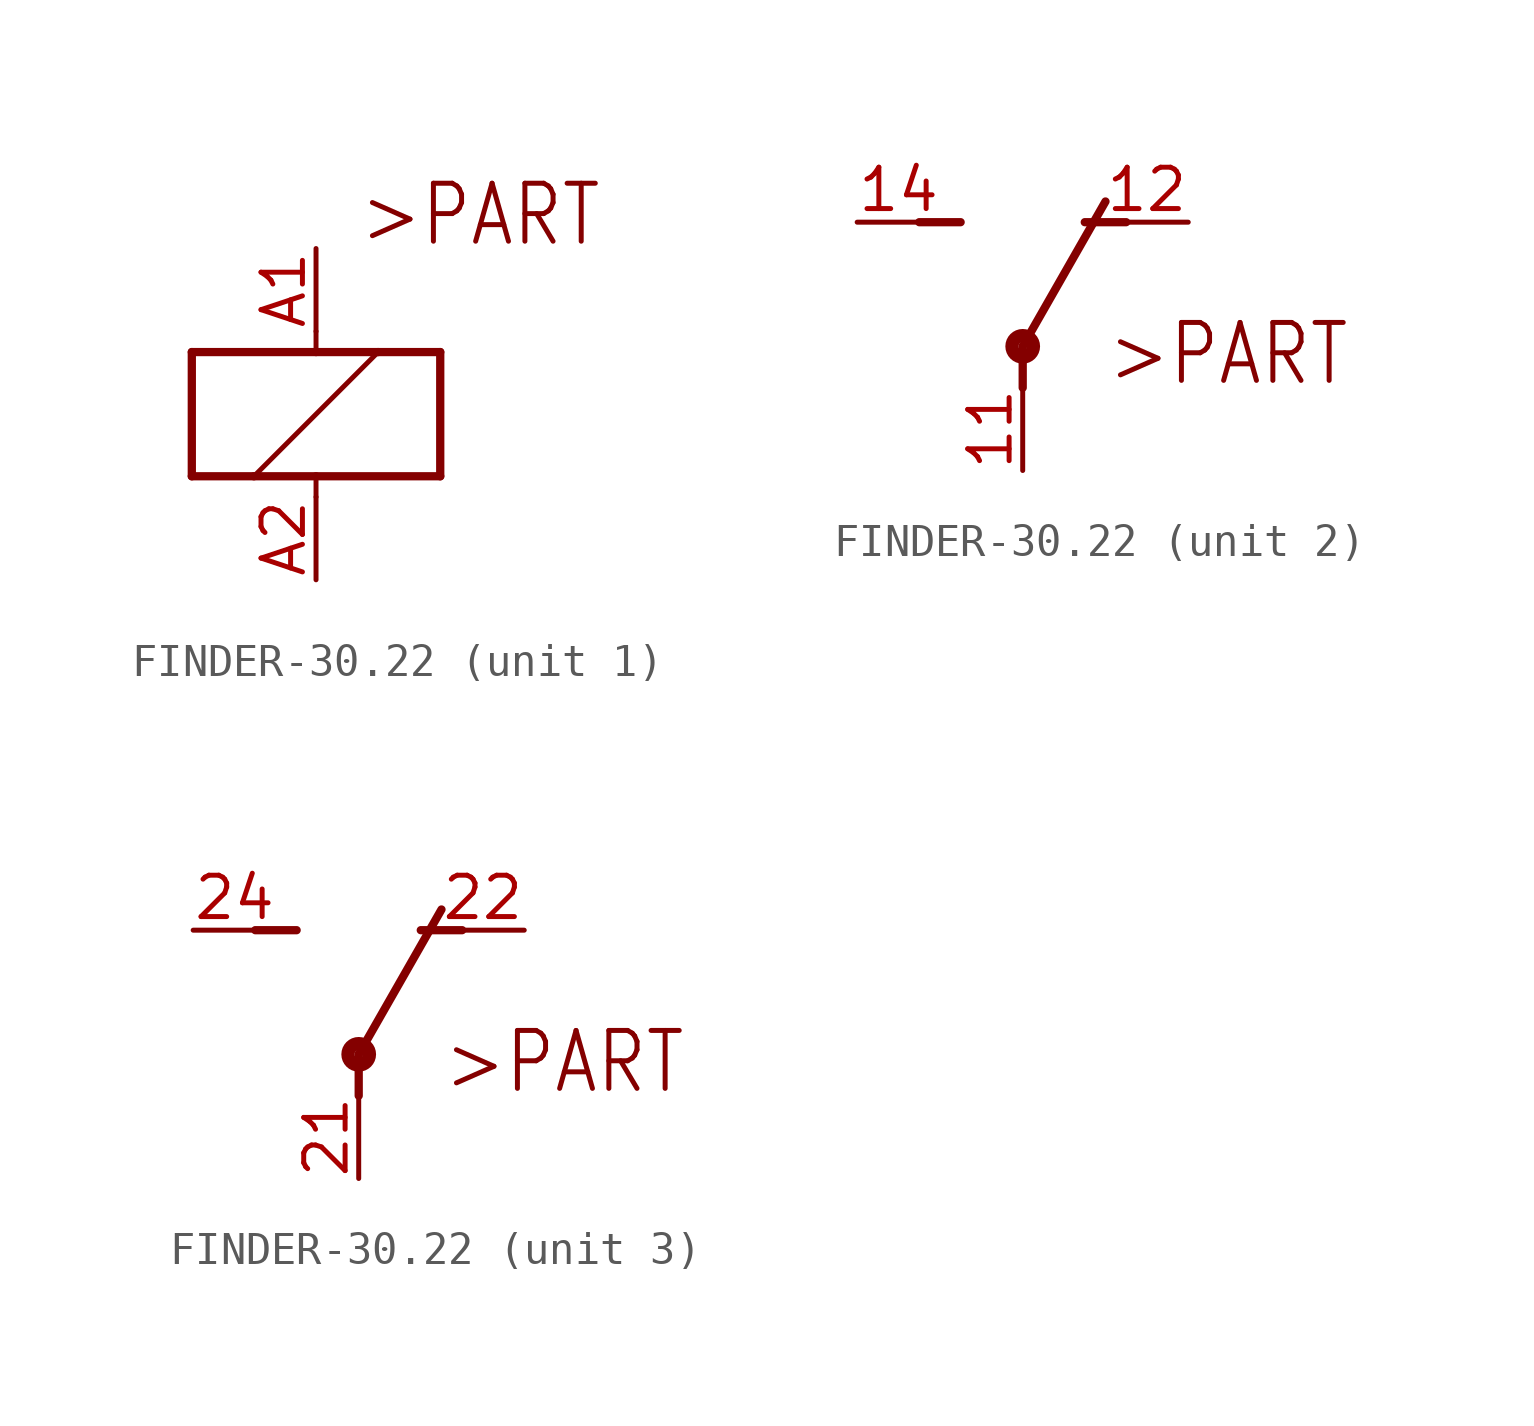
<source format=kicad_sym>
(kicad_symbol_lib
  (version 20211014)
  (generator kicad_symbol_editor)
  (symbol "FINDER-30.22"
    (property "Reference" "K"
      (at 0 0 0)
      (effects (font (size 1.27 1.27)) hide))
    (property "ki_locked" ""
      (at 0 0 0)
      (effects (font (size 1.27 1.27))))
    (symbol "FINDER-30.22_1_0"
      (polyline (pts (xy -3.81 -1.905) (xy -1.905 -1.905)) (stroke (width 0.254) (type default) (color 0 0 0 0)) (fill (type none)))
      (polyline (pts (xy -3.81 1.905) (xy -3.81 -1.905)) (stroke (width 0.254) (type default) (color 0 0 0 0)) (fill (type none)))
      (polyline (pts (xy -1.905 -1.905) (xy 0 -1.905)) (stroke (width 0.254) (type default) (color 0 0 0 0)) (fill (type none)))
      (polyline (pts (xy -1.905 -1.905) (xy 1.905 1.905)) (stroke (width 0.152) (type default) (color 0 0 0 0)) (fill (type none)))
      (polyline (pts (xy 0 -2.54) (xy 0 -1.905)) (stroke (width 0.152) (type default) (color 0 0 0 0)) (fill (type none)))
      (polyline (pts (xy 0 -1.905) (xy 3.81 -1.905)) (stroke (width 0.254) (type default) (color 0 0 0 0)) (fill (type none)))
      (polyline (pts (xy 0 1.905) (xy -3.81 1.905)) (stroke (width 0.254) (type default) (color 0 0 0 0)) (fill (type none)))
      (polyline (pts (xy 0 2.54) (xy 0 1.905)) (stroke (width 0.152) (type default) (color 0 0 0 0)) (fill (type none)))
      (polyline (pts (xy 1.905 1.905) (xy 0 1.905)) (stroke (width 0.254) (type default) (color 0 0 0 0)) (fill (type none)))
      (polyline (pts (xy 3.81 -1.905) (xy 3.81 1.905)) (stroke (width 0.254) (type default) (color 0 0 0 0)) (fill (type none)))
      (polyline (pts (xy 3.81 1.905) (xy 1.905 1.905)) (stroke (width 0.254) (type default) (color 0 0 0 0)) (fill (type none)))
      (text ">PART" (at 1.27 5.08 0) (effects (font (size 1.778 1.511)) (justify left bottom)))
      (pin passive line (at 0 5.08 270) (length 2.54) (name "1" (effects (font (size 0 0)))) (number "A1" (effects (font (size 1.27 1.27)))))
      (pin passive line (at 0 -5.08 90) (length 2.54) (name "2" (effects (font (size 0 0)))) (number "A2" (effects (font (size 1.27 1.27))))))
    (symbol "FINDER-30.22_2_0"
      (polyline (pts (xy -3.175 5.08) (xy -1.905 5.08)) (stroke (width 0.254) (type default) (color 0 0 0 0)) (fill (type none)))
      (polyline (pts (xy 0 1.27) (xy 0 0)) (stroke (width 0.254) (type default) (color 0 0 0 0)) (fill (type none)))
      (polyline (pts (xy 0 1.27) (xy 2.54 5.715)) (stroke (width 0.254) (type default) (color 0 0 0 0)) (fill (type none)))
      (polyline (pts (xy 3.175 5.08) (xy 1.905 5.08)) (stroke (width 0.254) (type default) (color 0 0 0 0)) (fill (type none)))
      (circle (center 0 1.27) (radius 0.127) (stroke (width 0.406) (type default) (color 0 0 0 0)) (fill (type none)))
      (text ">PART" (at 2.54 0 0) (effects (font (size 1.778 1.511)) (justify left bottom)))
      (pin passive line (at 0 -2.54 90) (length 2.54) (name "P" (effects (font (size 0 0)))) (number "11" (effects (font (size 1.27 1.27)))))
      (pin passive line (at 5.08 5.08 180) (length 2.54) (name "O" (effects (font (size 0 0)))) (number "12" (effects (font (size 1.27 1.27)))))
      (pin passive line (at -5.08 5.08 0) (length 2.54) (name "S" (effects (font (size 0 0)))) (number "14" (effects (font (size 1.27 1.27))))))
    (symbol "FINDER-30.22_3_0"
      (polyline (pts (xy -3.175 5.08) (xy -1.905 5.08)) (stroke (width 0.254) (type default) (color 0 0 0 0)) (fill (type none)))
      (polyline (pts (xy 0 1.27) (xy 0 0)) (stroke (width 0.254) (type default) (color 0 0 0 0)) (fill (type none)))
      (polyline (pts (xy 0 1.27) (xy 2.54 5.715)) (stroke (width 0.254) (type default) (color 0 0 0 0)) (fill (type none)))
      (polyline (pts (xy 3.175 5.08) (xy 1.905 5.08)) (stroke (width 0.254) (type default) (color 0 0 0 0)) (fill (type none)))
      (circle (center 0 1.27) (radius 0.127) (stroke (width 0.406) (type default) (color 0 0 0 0)) (fill (type none)))
      (text ">PART" (at 2.54 0 0) (effects (font (size 1.778 1.511)) (justify left bottom)))
      (pin passive line (at 0 -2.54 90) (length 2.54) (name "P" (effects (font (size 0 0)))) (number "21" (effects (font (size 1.27 1.27)))))
      (pin passive line (at 5.08 5.08 180) (length 2.54) (name "O" (effects (font (size 0 0)))) (number "22" (effects (font (size 1.27 1.27)))))
      (pin passive line (at -5.08 5.08 0) (length 2.54) (name "S" (effects (font (size 0 0)))) (number "24" (effects (font (size 1.27 1.27))))))))
</source>
